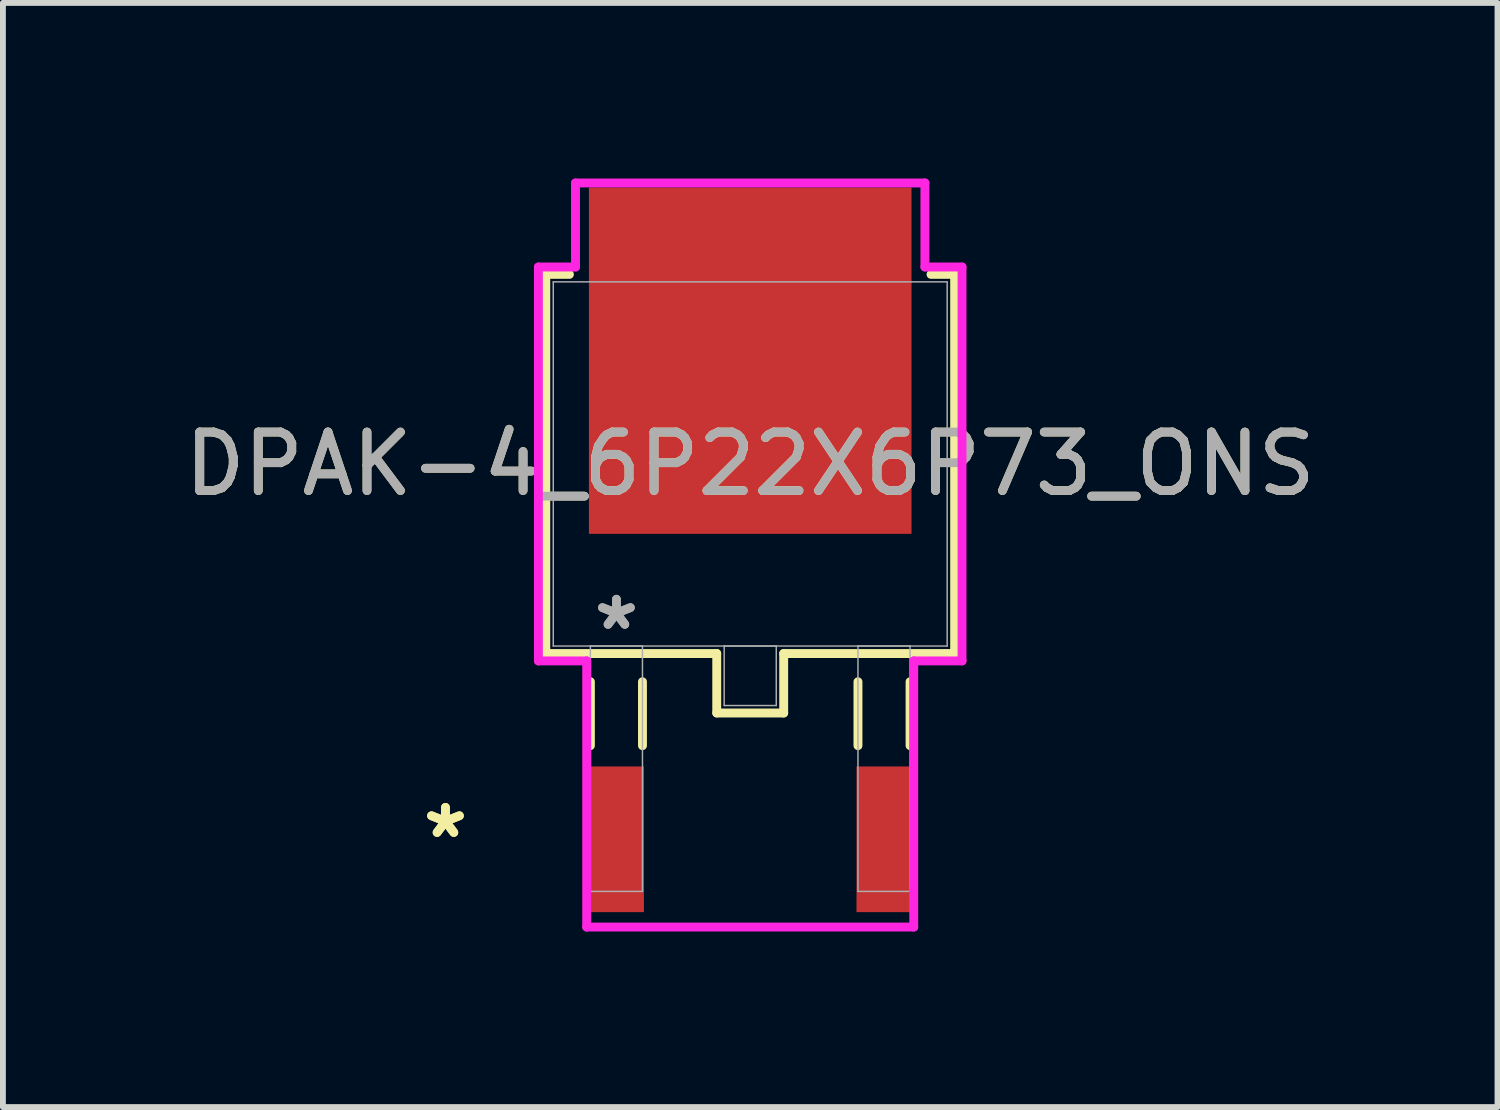
<source format=kicad_pcb>
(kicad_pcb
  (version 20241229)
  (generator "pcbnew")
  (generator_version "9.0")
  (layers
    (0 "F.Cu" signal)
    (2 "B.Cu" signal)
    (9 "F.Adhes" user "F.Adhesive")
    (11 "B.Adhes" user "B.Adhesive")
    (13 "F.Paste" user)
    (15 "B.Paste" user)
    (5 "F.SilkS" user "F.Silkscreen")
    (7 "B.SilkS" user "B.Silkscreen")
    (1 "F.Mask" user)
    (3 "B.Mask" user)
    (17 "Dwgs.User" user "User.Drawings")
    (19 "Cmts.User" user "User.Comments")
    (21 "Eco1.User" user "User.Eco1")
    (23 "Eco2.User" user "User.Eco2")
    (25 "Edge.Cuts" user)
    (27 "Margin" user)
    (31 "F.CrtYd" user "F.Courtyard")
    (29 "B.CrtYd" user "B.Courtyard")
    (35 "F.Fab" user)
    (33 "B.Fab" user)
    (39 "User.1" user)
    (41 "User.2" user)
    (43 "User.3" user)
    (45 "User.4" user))
  (footprint "DPAK-4_6P22X6P73_ONS"
    (layer "F.Cu")
    (at 9.768 4.877)
    (property "Reference" "DPAK-4_6P22X6P73_ONS" (at 0 0 0) (unlocked yes) (layer "F.SilkS") (effects (font (size 1 1) (thickness 0.15))))
    (attr smd)
    (fp_line (start -3.493 -3.239) (end -3.493 3.239) (stroke (width 0.152) (type solid)) (layer "F.SilkS"))
    (fp_line (start -3.493 3.239) (end -0.572 3.239) (stroke (width 0.152) (type solid)) (layer "F.SilkS"))
    (fp_line (start -3.089 -3.239) (end -3.493 -3.239) (stroke (width 0.152) (type solid)) (layer "F.SilkS"))
    (fp_line (start -2.731 3.721) (end -2.731 4.813) (stroke (width 0.152) (type solid)) (layer "F.SilkS"))
    (fp_line (start -1.841 3.721) (end -1.841 4.813) (stroke (width 0.152) (type solid)) (layer "F.SilkS"))
    (fp_line (start -0.572 3.239) (end -0.572 4.255) (stroke (width 0.152) (type solid)) (layer "F.SilkS"))
    (fp_line (start -0.572 4.255) (end 0.572 4.255) (stroke (width 0.152) (type solid)) (layer "F.SilkS"))
    (fp_line (start 0.572 3.239) (end 3.493 3.239) (stroke (width 0.152) (type solid)) (layer "F.SilkS"))
    (fp_line (start 0.572 4.255) (end 0.572 3.239) (stroke (width 0.152) (type solid)) (layer "F.SilkS"))
    (fp_line (start 1.841 3.721) (end 1.841 4.813) (stroke (width 0.152) (type solid)) (layer "F.SilkS"))
    (fp_line (start 2.731 3.721) (end 2.731 4.813) (stroke (width 0.152) (type solid)) (layer "F.SilkS"))
    (fp_line (start 3.493 -3.239) (end 3.089 -3.239) (stroke (width 0.152) (type solid)) (layer "F.SilkS"))
    (fp_line (start 3.493 3.239) (end 3.493 -3.239) (stroke (width 0.152) (type solid)) (layer "F.SilkS"))
    (fp_line (start -3.619 -3.365) (end -2.985 -3.365) (stroke (width 0.152) (type solid)) (layer "F.CrtYd"))
    (fp_line (start -3.619 3.365) (end -3.619 -3.365) (stroke (width 0.152) (type solid)) (layer "F.CrtYd"))
    (fp_line (start -2.985 -4.801) (end 2.985 -4.801) (stroke (width 0.152) (type solid)) (layer "F.CrtYd"))
    (fp_line (start -2.985 -3.365) (end -2.985 -4.801) (stroke (width 0.152) (type solid)) (layer "F.CrtYd"))
    (fp_line (start -2.794 3.365) (end -3.619 3.365) (stroke (width 0.152) (type solid)) (layer "F.CrtYd"))
    (fp_line (start -2.794 7.912) (end -2.794 3.365) (stroke (width 0.152) (type solid)) (layer "F.CrtYd"))
    (fp_line (start 2.794 3.365) (end 2.794 7.912) (stroke (width 0.152) (type solid)) (layer "F.CrtYd"))
    (fp_line (start 2.794 7.912) (end -2.794 7.912) (stroke (width 0.152) (type solid)) (layer "F.CrtYd"))
    (fp_line (start 2.985 -4.801) (end 2.985 -3.365) (stroke (width 0.152) (type solid)) (layer "F.CrtYd"))
    (fp_line (start 2.985 -3.365) (end 3.619 -3.365) (stroke (width 0.152) (type solid)) (layer "F.CrtYd"))
    (fp_line (start 3.619 -3.365) (end 3.619 3.365) (stroke (width 0.152) (type solid)) (layer "F.CrtYd"))
    (fp_line (start 3.619 3.365) (end 2.794 3.365) (stroke (width 0.152) (type solid)) (layer "F.CrtYd"))
    (fp_line (start -3.365 -3.111) (end -3.365 3.111) (stroke (width 0.025) (type solid)) (layer "F.Fab"))
    (fp_line (start -3.365 3.111) (end 3.365 3.111) (stroke (width 0.025) (type solid)) (layer "F.Fab"))
    (fp_line (start -2.731 3.111) (end -2.731 7.303) (stroke (width 0.025) (type solid)) (layer "F.Fab"))
    (fp_line (start -2.731 7.303) (end -1.841 7.303) (stroke (width 0.025) (type solid)) (layer "F.Fab"))
    (fp_line (start -1.841 3.111) (end -2.731 3.111) (stroke (width 0.025) (type solid)) (layer "F.Fab"))
    (fp_line (start -1.841 7.303) (end -1.841 3.111) (stroke (width 0.025) (type solid)) (layer "F.Fab"))
    (fp_line (start -0.445 3.111) (end -0.445 4.128) (stroke (width 0.025) (type solid)) (layer "F.Fab"))
    (fp_line (start -0.445 4.128) (end 0.445 4.128) (stroke (width 0.025) (type solid)) (layer "F.Fab"))
    (fp_line (start 0.445 3.111) (end -0.445 3.111) (stroke (width 0.025) (type solid)) (layer "F.Fab"))
    (fp_line (start 0.445 4.128) (end 0.445 3.111) (stroke (width 0.025) (type solid)) (layer "F.Fab"))
    (fp_line (start 1.841 3.111) (end 1.841 7.303) (stroke (width 0.025) (type solid)) (layer "F.Fab"))
    (fp_line (start 1.841 7.303) (end 2.731 7.303) (stroke (width 0.025) (type solid)) (layer "F.Fab"))
    (fp_line (start 2.731 3.111) (end 1.841 3.111) (stroke (width 0.025) (type solid)) (layer "F.Fab"))
    (fp_line (start 2.731 7.303) (end 2.731 3.111) (stroke (width 0.025) (type solid)) (layer "F.Fab"))
    (fp_line (start 3.365 -3.111) (end -3.365 -3.111) (stroke (width 0.025) (type solid)) (layer "F.Fab"))
    (fp_line (start 3.365 3.111) (end 3.365 -3.111) (stroke (width 0.025) (type solid)) (layer "F.Fab"))
    (fp_text user "*" (at -5.207 6.413 0) (unlocked yes) (layer "F.SilkS") (effects (font (size 1 1) (thickness 0.15))))
    (fp_text user "*" (at -5.207 6.413 0) (layer "F.SilkS") (effects (font (size 1 1) (thickness 0.15))))
    (fp_text user "*" (at -2.286 2.857 0) (unlocked yes) (layer "F.Fab") (effects (font (size 1 1) (thickness 0.15))))
    (fp_text user "*" (at -2.286 2.857 0) (layer "F.Fab") (effects (font (size 1 1) (thickness 0.15))))
    (fp_text user "${REFERENCE}" (at 0 0 0) (unlocked yes) (layer "F.Fab") (effects (font (size 1 1) (thickness 0.15))))
    (pad "1" smd rect (at -2.286 6.413) (size 0.94 2.489) (layers "F.Cu" "F.Mask" "F.Paste"))
    (pad "2" smd rect (at 2.286 6.413) (size 0.94 2.489) (layers "F.Cu" "F.Mask" "F.Paste"))
    (pad "3" smd rect (at 0 -1.765) (size 5.512 5.918) (layers "F.Cu" "F.Mask" "F.Paste")))
  (gr_rect
    (start -3 -3)
    (end 22.536 15.865)
    (stroke (width 0.1) (type default))
    (fill no)
    (layer "Edge.Cuts")))
</source>
